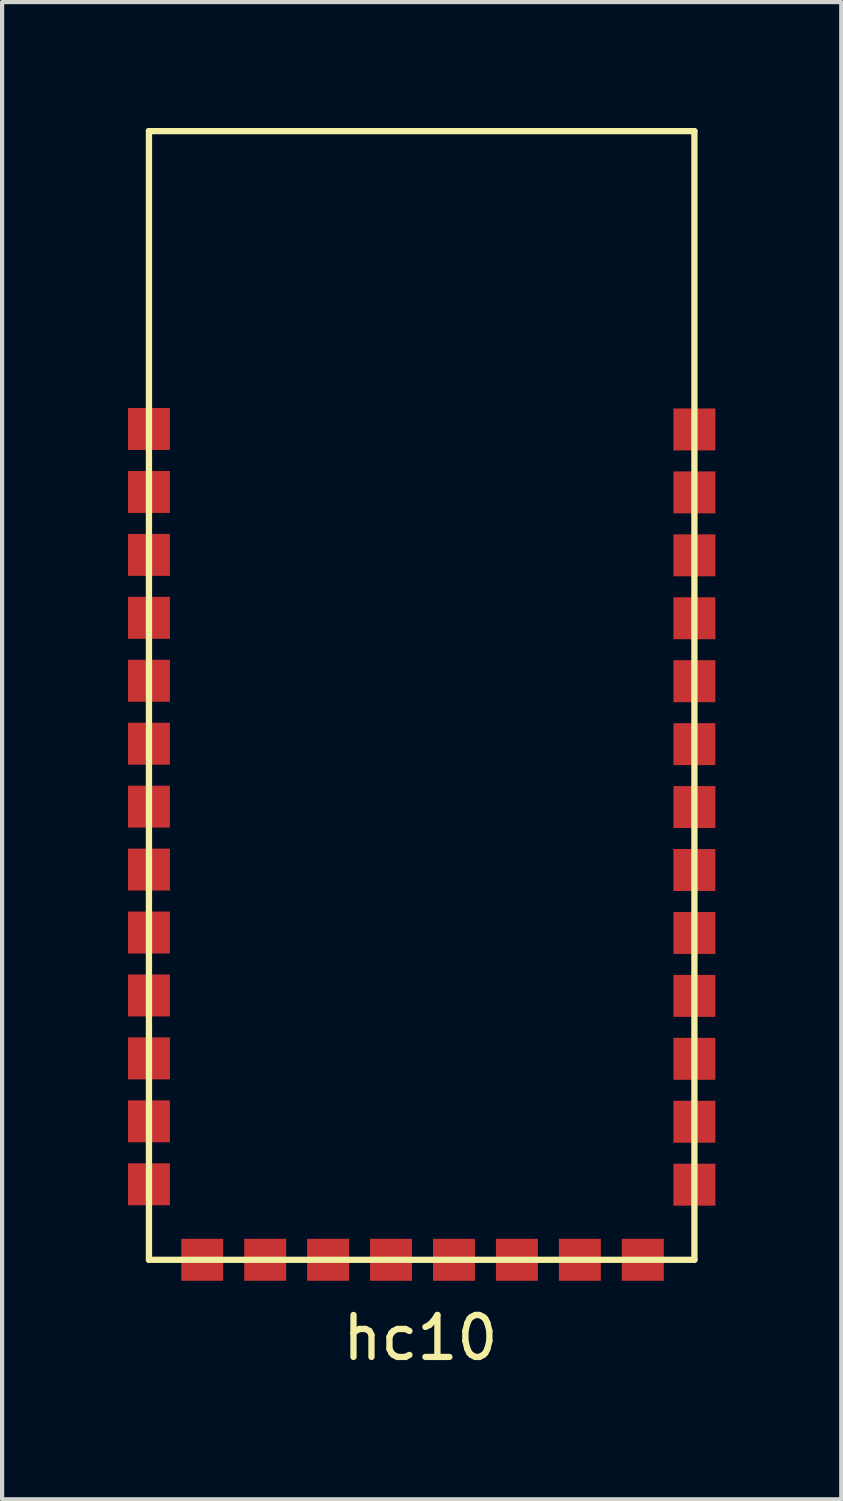
<source format=kicad_pcb>
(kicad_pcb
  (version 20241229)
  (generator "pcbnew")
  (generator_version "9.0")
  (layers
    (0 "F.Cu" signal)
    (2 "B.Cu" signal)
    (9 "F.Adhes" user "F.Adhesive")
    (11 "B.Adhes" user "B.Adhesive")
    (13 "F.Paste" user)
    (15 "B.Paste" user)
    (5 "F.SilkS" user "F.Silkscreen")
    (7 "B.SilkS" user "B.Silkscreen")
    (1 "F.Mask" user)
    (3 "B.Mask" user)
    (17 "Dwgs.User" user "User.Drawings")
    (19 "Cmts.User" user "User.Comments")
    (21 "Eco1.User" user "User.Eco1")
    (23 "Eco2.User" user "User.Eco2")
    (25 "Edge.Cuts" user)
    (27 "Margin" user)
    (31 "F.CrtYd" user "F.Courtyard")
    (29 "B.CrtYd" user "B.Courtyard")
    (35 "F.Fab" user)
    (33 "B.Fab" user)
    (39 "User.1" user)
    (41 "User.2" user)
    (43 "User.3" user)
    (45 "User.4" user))
  (footprint "hc10"
    (layer "F.Cu")
    (at 7 13.525)
    (property "Reference" "hc10" (at -0.03 15.31 0) (layer "F.SilkS") (effects (font (size 1 1) (thickness 0.15))))
    (attr through_hole)
    (fp_line (start -6.5 -13.45) (end 6.5 -13.45) (stroke (width 0.15) (type solid)) (layer "F.SilkS"))
    (fp_line (start -6.5 13.45) (end -6.5 -13.45) (stroke (width 0.15) (type solid)) (layer "F.SilkS"))
    (fp_line (start 6.5 -13.45) (end 6.5 13.45) (stroke (width 0.15) (type solid)) (layer "F.SilkS"))
    (fp_line (start 6.5 13.45) (end -6.5 13.45) (stroke (width 0.15) (type solid)) (layer "F.SilkS"))
    (pad "1" smd rect (at -6.5 -6.35) (size 1 1) (layers "F.Cu" "F.Mask" "F.Paste"))
    (pad "2" smd rect (at -6.5 -4.85) (size 1 1) (layers "F.Cu" "F.Mask" "F.Paste"))
    (pad "3" smd rect (at -6.5 -3.35) (size 1 1) (layers "F.Cu" "F.Mask" "F.Paste"))
    (pad "4" smd rect (at -6.5 -1.85) (size 1 1) (layers "F.Cu" "F.Mask" "F.Paste"))
    (pad "5" smd rect (at -6.5 -0.35) (size 1 1) (layers "F.Cu" "F.Mask" "F.Paste"))
    (pad "6" smd rect (at -6.5 1.15) (size 1 1) (layers "F.Cu" "F.Mask" "F.Paste"))
    (pad "7" smd rect (at -6.5 2.65) (size 1 1) (layers "F.Cu" "F.Mask" "F.Paste"))
    (pad "8" smd rect (at -6.5 4.15) (size 1 1) (layers "F.Cu" "F.Mask" "F.Paste"))
    (pad "9" smd rect (at -6.5 5.65) (size 1 1) (layers "F.Cu" "F.Mask" "F.Paste"))
    (pad "10" smd rect (at -6.5 7.15) (size 1 1) (layers "F.Cu" "F.Mask" "F.Paste"))
    (pad "11" smd rect (at -6.5 8.65) (size 1 1) (layers "F.Cu" "F.Mask" "F.Paste"))
    (pad "12" smd rect (at -6.5 10.15) (size 1 1) (layers "F.Cu" "F.Mask" "F.Paste"))
    (pad "13" smd rect (at -6.5 11.65) (size 1 1) (layers "F.Cu" "F.Mask" "F.Paste"))
    (pad "14" smd rect (at -5.23 13.45) (size 1 1) (layers "F.Cu" "F.Mask" "F.Paste"))
    (pad "15" smd rect (at -3.73 13.45) (size 1 1) (layers "F.Cu" "F.Mask" "F.Paste"))
    (pad "16" smd rect (at -2.23 13.45) (size 1 1) (layers "F.Cu" "F.Mask" "F.Paste"))
    (pad "17" smd rect (at -0.73 13.45) (size 1 1) (layers "F.Cu" "F.Mask" "F.Paste"))
    (pad "18" smd rect (at 0.77 13.45) (size 1 1) (layers "F.Cu" "F.Mask" "F.Paste"))
    (pad "19" smd rect (at 2.27 13.45) (size 1 1) (layers "F.Cu" "F.Mask" "F.Paste"))
    (pad "20" smd rect (at 3.77 13.45) (size 1 1) (layers "F.Cu" "F.Mask" "F.Paste"))
    (pad "21" smd rect (at 5.27 13.45) (size 1 1) (layers "F.Cu" "F.Mask" "F.Paste"))
    (pad "22" smd rect (at 6.5 11.66) (size 1 1) (layers "F.Cu" "F.Mask" "F.Paste"))
    (pad "23" smd rect (at 6.5 10.16) (size 1 1) (layers "F.Cu" "F.Mask" "F.Paste"))
    (pad "24" smd rect (at 6.5 8.66) (size 1 1) (layers "F.Cu" "F.Mask" "F.Paste"))
    (pad "25" smd rect (at 6.5 7.16) (size 1 1) (layers "F.Cu" "F.Mask" "F.Paste"))
    (pad "26" smd rect (at 6.5 5.66) (size 1 1) (layers "F.Cu" "F.Mask" "F.Paste"))
    (pad "27" smd rect (at 6.5 4.16) (size 1 1) (layers "F.Cu" "F.Mask" "F.Paste"))
    (pad "28" smd rect (at 6.5 2.66) (size 1 1) (layers "F.Cu" "F.Mask" "F.Paste"))
    (pad "29" smd rect (at 6.5 1.16) (size 1 1) (layers "F.Cu" "F.Mask" "F.Paste"))
    (pad "30" smd rect (at 6.5 -0.34) (size 1 1) (layers "F.Cu" "F.Mask" "F.Paste"))
    (pad "31" smd rect (at 6.5 -1.84) (size 1 1) (layers "F.Cu" "F.Mask" "F.Paste"))
    (pad "32" smd rect (at 6.5 -3.34) (size 1 1) (layers "F.Cu" "F.Mask" "F.Paste"))
    (pad "33" smd rect (at 6.5 -4.84) (size 1 1) (layers "F.Cu" "F.Mask" "F.Paste"))
    (pad "34" smd rect (at 6.5 -6.34) (size 1 1) (layers "F.Cu" "F.Mask" "F.Paste")))
  (gr_rect
    (start -3 -3)
    (end 17 32.683)
    (stroke (width 0.1) (type default))
    (fill no)
    (layer "Edge.Cuts")))
</source>
